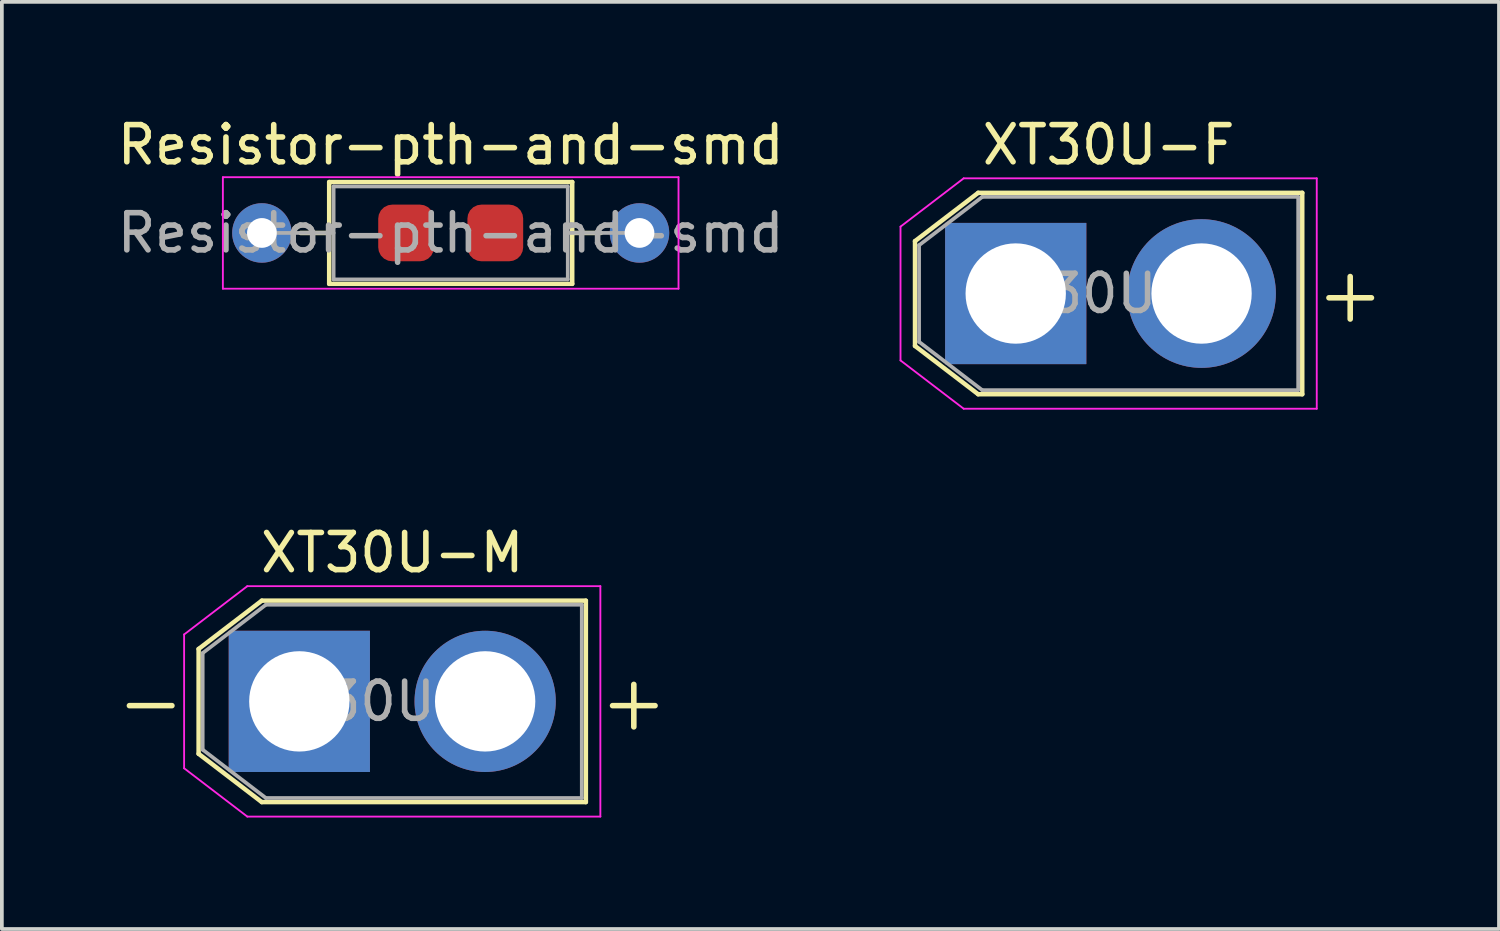
<source format=kicad_pcb>
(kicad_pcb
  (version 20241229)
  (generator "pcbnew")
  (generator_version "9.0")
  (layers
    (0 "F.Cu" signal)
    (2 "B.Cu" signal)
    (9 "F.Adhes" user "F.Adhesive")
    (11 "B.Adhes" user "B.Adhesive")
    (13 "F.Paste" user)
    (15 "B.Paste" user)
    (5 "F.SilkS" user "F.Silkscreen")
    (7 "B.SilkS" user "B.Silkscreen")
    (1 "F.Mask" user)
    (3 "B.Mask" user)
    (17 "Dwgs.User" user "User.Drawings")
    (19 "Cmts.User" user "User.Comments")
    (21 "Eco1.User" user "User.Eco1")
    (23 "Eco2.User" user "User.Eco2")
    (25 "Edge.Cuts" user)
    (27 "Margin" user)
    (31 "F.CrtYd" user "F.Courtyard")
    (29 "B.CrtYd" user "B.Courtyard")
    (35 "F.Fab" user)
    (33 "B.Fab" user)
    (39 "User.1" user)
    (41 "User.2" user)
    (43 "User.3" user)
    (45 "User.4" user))
  (footprint "XT30U-M"
    (layer "F.Cu")
    (at 5.004 15.822)
    (property "Reference" "XT30U-M" (at 2.5 -4 0) (layer "F.SilkS") (effects (font (size 1 1) (thickness 0.15))))
    (attr through_hole)
    (fp_line (start -2.71 -1.41) (end -2.71 1.41) (stroke (width 0.12) (type solid)) (layer "F.SilkS"))
    (fp_line (start -2.71 -1.41) (end -1.01 -2.71) (stroke (width 0.12) (type solid)) (layer "F.SilkS"))
    (fp_line (start -2.71 1.41) (end -1.01 2.71) (stroke (width 0.12) (type solid)) (layer "F.SilkS"))
    (fp_line (start -1.01 -2.71) (end 7.71 -2.71) (stroke (width 0.12) (type solid)) (layer "F.SilkS"))
    (fp_line (start -1.01 2.71) (end 7.71 2.71) (stroke (width 0.12) (type solid)) (layer "F.SilkS"))
    (fp_line (start 7.71 -2.71) (end 7.71 2.71) (stroke (width 0.12) (type solid)) (layer "F.SilkS"))
    (fp_line (start -3.1 -1.8) (end -3.1 1.8) (stroke (width 0.05) (type solid)) (layer "F.CrtYd"))
    (fp_line (start -3.1 -1.8) (end -1.4 -3.1) (stroke (width 0.05) (type solid)) (layer "F.CrtYd"))
    (fp_line (start -3.1 1.8) (end -1.4 3.1) (stroke (width 0.05) (type solid)) (layer "F.CrtYd"))
    (fp_line (start -1.4 -3.1) (end 8.1 -3.1) (stroke (width 0.05) (type solid)) (layer "F.CrtYd"))
    (fp_line (start -1.4 3.1) (end 8.1 3.1) (stroke (width 0.05) (type solid)) (layer "F.CrtYd"))
    (fp_line (start 8.1 -3.1) (end 8.1 3.1) (stroke (width 0.05) (type solid)) (layer "F.CrtYd"))
    (fp_line (start -2.6 -1.3) (end -2.6 1.3) (stroke (width 0.1) (type solid)) (layer "F.Fab"))
    (fp_line (start -2.6 -1.3) (end -0.9 -2.6) (stroke (width 0.1) (type solid)) (layer "F.Fab"))
    (fp_line (start -2.6 1.3) (end -0.9 2.6) (stroke (width 0.1) (type solid)) (layer "F.Fab"))
    (fp_line (start -0.9 -2.6) (end 7.6 -2.6) (stroke (width 0.1) (type solid)) (layer "F.Fab"))
    (fp_line (start -0.9 2.6) (end 7.6 2.6) (stroke (width 0.1) (type solid)) (layer "F.Fab"))
    (fp_line (start 7.6 -2.6) (end 7.6 2.6) (stroke (width 0.1) (type solid)) (layer "F.Fab"))
    (fp_text user "-" (at -4 0 0) (layer "F.SilkS") (effects (font (size 1.5 1.5) (thickness 0.15))))
    (fp_text user "+" (at 9 0 0) (layer "F.SilkS") (effects (font (size 1.5 1.5) (thickness 0.15))))
    (fp_text user "${REFERENCE}" (at 2.5 0 0) (layer "F.Fab") (effects (font (size 1 1) (thickness 0.15))))
    (pad "1" thru_hole rect (at 0 0) (size 3.8 3.8) (drill 2.7) (layers "*.Cu" "*.Mask"))
    (pad "2" thru_hole circle (at 5 0) (size 3.8 3.8) (drill 2.7) (layers "*.Cu" "*.Mask")))
  (footprint "Resistor-pth-and-smd"
    (layer "F.Cu")
    (at 9.077 3.218)
    (property "Reference" "Resistor-pth-and-smd" (at 0 -2.37 0) (layer "F.SilkS") (effects (font (size 1 1) (thickness 0.15))))
    (attr through_hole)
    (fp_line (start -4.04 0) (end -3.27 0) (stroke (width 0.12) (type solid)) (layer "F.SilkS"))
    (fp_line (start -3.27 -1.37) (end -3.27 1.37) (stroke (width 0.12) (type solid)) (layer "F.SilkS"))
    (fp_line (start -3.27 1.37) (end 3.27 1.37) (stroke (width 0.12) (type solid)) (layer "F.SilkS"))
    (fp_line (start 3.27 -1.37) (end -3.27 -1.37) (stroke (width 0.12) (type solid)) (layer "F.SilkS"))
    (fp_line (start 3.27 1.37) (end 3.27 -1.37) (stroke (width 0.12) (type solid)) (layer "F.SilkS"))
    (fp_line (start 4.04 0) (end 3.27 0) (stroke (width 0.12) (type solid)) (layer "F.SilkS"))
    (fp_line (start -6.13 -1.5) (end -6.13 1.5) (stroke (width 0.05) (type solid)) (layer "F.CrtYd"))
    (fp_line (start -6.13 1.5) (end 6.13 1.5) (stroke (width 0.05) (type solid)) (layer "F.CrtYd"))
    (fp_line (start 6.13 -1.5) (end -6.13 -1.5) (stroke (width 0.05) (type solid)) (layer "F.CrtYd"))
    (fp_line (start 6.13 1.5) (end 6.13 -1.5) (stroke (width 0.05) (type solid)) (layer "F.CrtYd"))
    (fp_line (start -5.08 0) (end -3.15 0) (stroke (width 0.1) (type solid)) (layer "F.Fab"))
    (fp_line (start -3.15 -1.25) (end -3.15 1.25) (stroke (width 0.1) (type solid)) (layer "F.Fab"))
    (fp_line (start -3.15 1.25) (end 3.15 1.25) (stroke (width 0.1) (type solid)) (layer "F.Fab"))
    (fp_line (start 3.15 -1.25) (end -3.15 -1.25) (stroke (width 0.1) (type solid)) (layer "F.Fab"))
    (fp_line (start 3.15 1.25) (end 3.15 -1.25) (stroke (width 0.1) (type solid)) (layer "F.Fab"))
    (fp_line (start 5.08 0) (end 3.15 0) (stroke (width 0.1) (type solid)) (layer "F.Fab"))
    (fp_text user "${REFERENCE}" (at 0 0 0) (layer "F.Fab") (effects (font (size 1 1) (thickness 0.15))))
    (pad "1" thru_hole circle (at -5.08 0) (size 1.6 1.6) (drill 0.8) (layers "*.Cu" "*.Mask"))
    (pad "1" smd roundrect (at -1.2 0) (size 1.5 1.524) (layers "F.Cu" "F.Mask") (roundrect_rratio 0.25))
    (pad "2" smd roundrect (at 1.2 0) (size 1.5 1.524) (layers "F.Cu" "F.Mask") (roundrect_rratio 0.25))
    (pad "2" thru_hole oval (at 5.08 0) (size 1.6 1.6) (drill 0.8) (layers "*.Cu" "*.Mask")))
  (footprint "XT30U-F"
    (layer "F.Cu")
    (at 24.28 4.848)
    (property "Reference" "XT30U-F" (at 2.5 -4 0) (layer "F.SilkS") (effects (font (size 1 1) (thickness 0.15))))
    (attr through_hole)
    (fp_line (start -2.71 -1.41) (end -2.71 1.41) (stroke (width 0.12) (type solid)) (layer "F.SilkS"))
    (fp_line (start -2.71 -1.41) (end -1.01 -2.71) (stroke (width 0.12) (type solid)) (layer "F.SilkS"))
    (fp_line (start -2.71 1.41) (end -1.01 2.71) (stroke (width 0.12) (type solid)) (layer "F.SilkS"))
    (fp_line (start -1.01 -2.71) (end 7.71 -2.71) (stroke (width 0.12) (type solid)) (layer "F.SilkS"))
    (fp_line (start -1.01 2.71) (end 7.71 2.71) (stroke (width 0.12) (type solid)) (layer "F.SilkS"))
    (fp_line (start 7.71 -2.71) (end 7.71 2.71) (stroke (width 0.12) (type solid)) (layer "F.SilkS"))
    (fp_line (start -3.1 -1.8) (end -3.1 1.8) (stroke (width 0.05) (type solid)) (layer "F.CrtYd"))
    (fp_line (start -3.1 -1.8) (end -1.4 -3.1) (stroke (width 0.05) (type solid)) (layer "F.CrtYd"))
    (fp_line (start -3.1 1.8) (end -1.4 3.1) (stroke (width 0.05) (type solid)) (layer "F.CrtYd"))
    (fp_line (start -1.4 -3.1) (end 8.1 -3.1) (stroke (width 0.05) (type solid)) (layer "F.CrtYd"))
    (fp_line (start -1.4 3.1) (end 8.1 3.1) (stroke (width 0.05) (type solid)) (layer "F.CrtYd"))
    (fp_line (start 8.1 -3.1) (end 8.1 3.1) (stroke (width 0.05) (type solid)) (layer "F.CrtYd"))
    (fp_line (start -2.6 -1.3) (end -2.6 1.3) (stroke (width 0.1) (type solid)) (layer "F.Fab"))
    (fp_line (start -2.6 -1.3) (end -0.9 -2.6) (stroke (width 0.1) (type solid)) (layer "F.Fab"))
    (fp_line (start -2.6 1.3) (end -0.9 2.6) (stroke (width 0.1) (type solid)) (layer "F.Fab"))
    (fp_line (start -0.9 -2.6) (end 7.6 -2.6) (stroke (width 0.1) (type solid)) (layer "F.Fab"))
    (fp_line (start -0.9 2.6) (end 7.6 2.6) (stroke (width 0.1) (type solid)) (layer "F.Fab"))
    (fp_line (start 7.6 -2.6) (end 7.6 2.6) (stroke (width 0.1) (type solid)) (layer "F.Fab"))
    (fp_text user "+" (at 9 0 0) (layer "F.SilkS") (effects (font (size 1.5 1.5) (thickness 0.15))))
    (fp_text user "${REFERENCE}" (at 2.5 0 0) (layer "F.Fab") (effects (font (size 1 1) (thickness 0.15))))
    (pad "1" thru_hole rect (at 0 0) (size 3.8 3.8) (drill 2.7) (layers "*.Cu" "*.Mask"))
    (pad "2" thru_hole circle (at 5 0) (size 4 4) (drill 2.7) (layers "*.Cu" "*.Mask")))
  (gr_rect
    (start -3 -3)
    (end 37.283 21.947)
    (stroke (width 0.1) (type default))
    (fill no)
    (layer "Edge.Cuts")))
</source>
